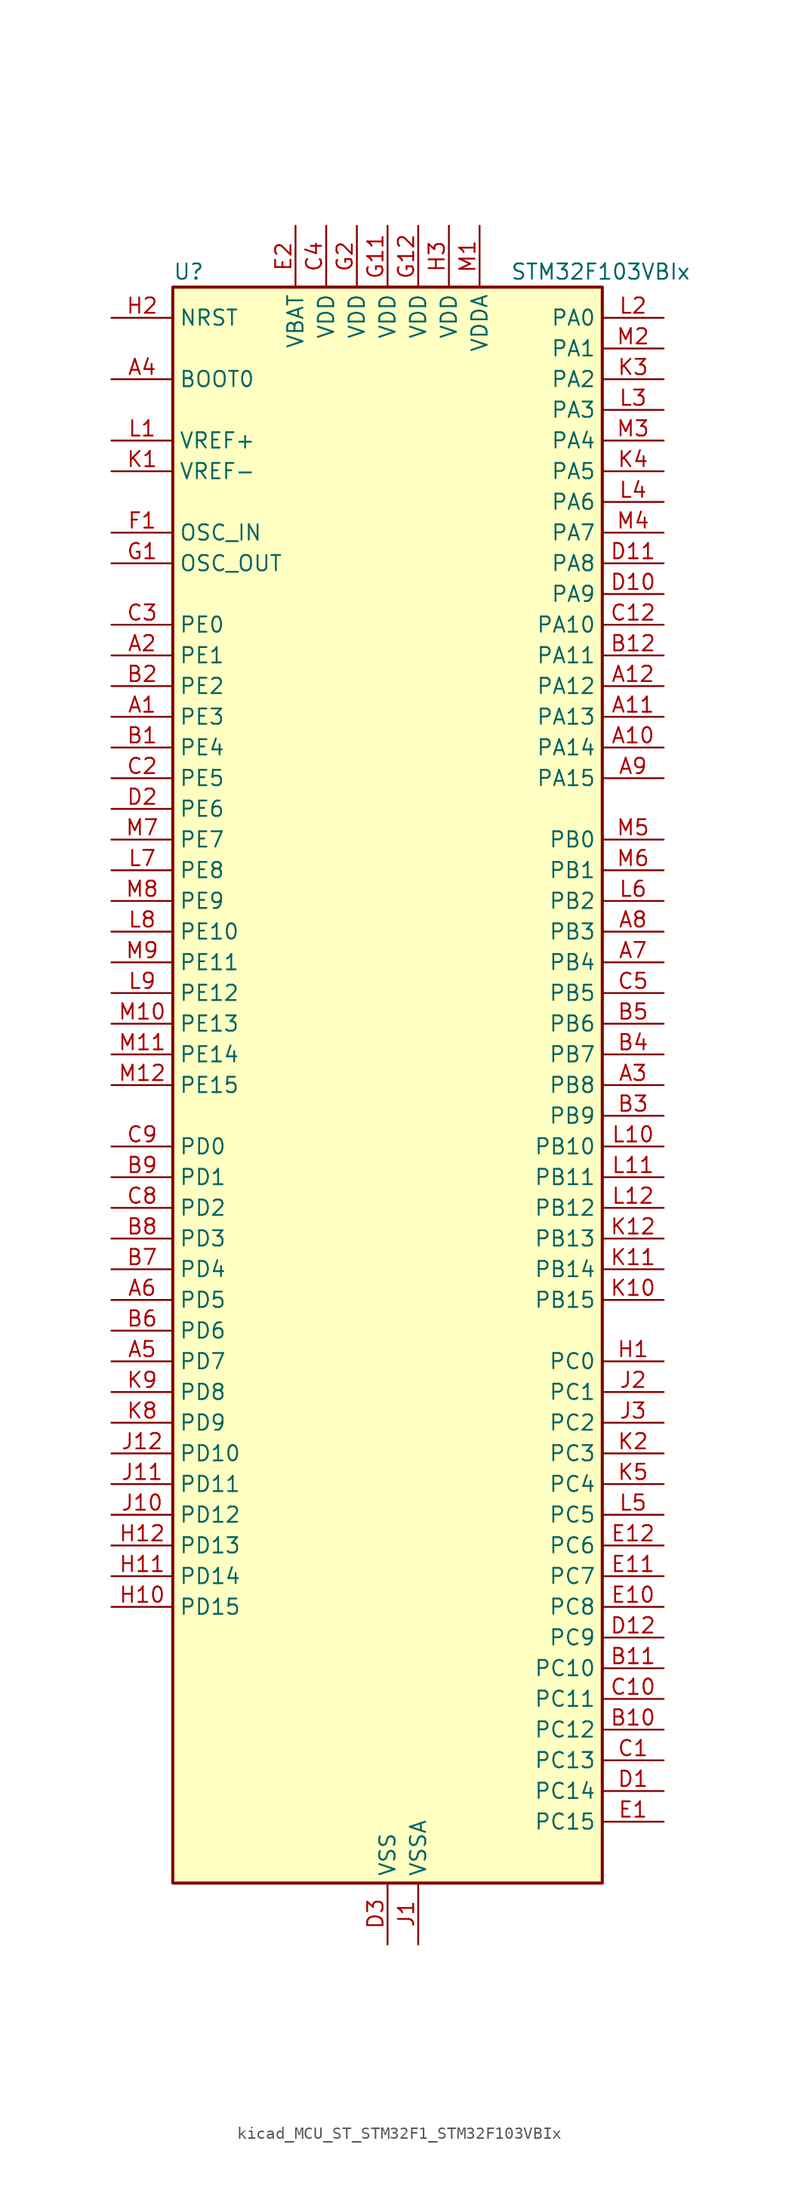
<source format=kicad_sym>
(kicad_symbol_lib
  (version 20220914)
  (generator kicad_symbol_editor)
  (symbol "kicad_MCU_ST_STM32F1_STM32F103VBIx"
    (property "Reference" "U"
      (at -17.78 67.31 0)
      (effects (font (size 1.27 1.27)) (justify left)))
    (property "Value" "STM32F103VBIx"
      (at 10.16 67.31 0)
      (effects (font (size 1.27 1.27)) (justify left)))
    (property "ki_locked" ""
      (at 0 0 0)
      (effects (font (size 1.27 1.27))))
    (symbol "kicad_MCU_ST_STM32F1_STM32F103VBIx_0_1"
      (rectangle (start -17.78 -66.04) (end 17.78 66.04) (stroke (width 0.254) (type default)) (fill (type background))))
    (symbol "kicad_MCU_ST_STM32F1_STM32F103VBIx_1_1"
      (pin bidirectional line (at -22.86 30.48 0) (length 5.08) (name "PE3" (effects (font (size 1.27 1.27)))) (number "A1" (effects (font (size 1.27 1.27)))) (alternate "SYS_TRACED0" bidirectional line))
      (pin bidirectional line (at 22.86 27.94 180) (length 5.08) (name "PA14" (effects (font (size 1.27 1.27)))) (number "A10" (effects (font (size 1.27 1.27)))) (alternate "SYS_JTCK-SWCLK" bidirectional line))
      (pin bidirectional line (at 22.86 30.48 180) (length 5.08) (name "PA13" (effects (font (size 1.27 1.27)))) (number "A11" (effects (font (size 1.27 1.27)))) (alternate "SYS_JTMS-SWDIO" bidirectional line))
      (pin bidirectional line (at 22.86 33.02 180) (length 5.08) (name "PA12" (effects (font (size 1.27 1.27)))) (number "A12" (effects (font (size 1.27 1.27)))) (alternate "CAN_TX" bidirectional line) (alternate "TIM1_ETR" bidirectional line) (alternate "USART1_RTS" bidirectional line) (alternate "USB_DP" bidirectional line))
      (pin bidirectional line (at -22.86 35.56 0) (length 5.08) (name "PE1" (effects (font (size 1.27 1.27)))) (number "A2" (effects (font (size 1.27 1.27)))))
      (pin bidirectional line (at 22.86 0 180) (length 5.08) (name "PB8" (effects (font (size 1.27 1.27)))) (number "A3" (effects (font (size 1.27 1.27)))) (alternate "CAN_RX" bidirectional line) (alternate "I2C1_SCL" bidirectional line) (alternate "TIM4_CH3" bidirectional line))
      (pin input line (at -22.86 58.42 0) (length 5.08) (name "BOOT0" (effects (font (size 1.27 1.27)))) (number "A4" (effects (font (size 1.27 1.27)))))
      (pin bidirectional line (at -22.86 -22.86 0) (length 5.08) (name "PD7" (effects (font (size 1.27 1.27)))) (number "A5" (effects (font (size 1.27 1.27)))) (alternate "USART2_CK" bidirectional line))
      (pin bidirectional line (at -22.86 -17.78 0) (length 5.08) (name "PD5" (effects (font (size 1.27 1.27)))) (number "A6" (effects (font (size 1.27 1.27)))) (alternate "USART2_TX" bidirectional line))
      (pin bidirectional line (at 22.86 10.16 180) (length 5.08) (name "PB4" (effects (font (size 1.27 1.27)))) (number "A7" (effects (font (size 1.27 1.27)))) (alternate "SPI1_MISO" bidirectional line) (alternate "SYS_NJTRST" bidirectional line) (alternate "TIM3_CH1" bidirectional line))
      (pin bidirectional line (at 22.86 12.7 180) (length 5.08) (name "PB3" (effects (font (size 1.27 1.27)))) (number "A8" (effects (font (size 1.27 1.27)))) (alternate "SPI1_SCK" bidirectional line) (alternate "SYS_JTDO-TRACESWO" bidirectional line) (alternate "TIM2_CH2" bidirectional line))
      (pin bidirectional line (at 22.86 25.4 180) (length 5.08) (name "PA15" (effects (font (size 1.27 1.27)))) (number "A9" (effects (font (size 1.27 1.27)))) (alternate "ADC1_EXTI15" bidirectional line) (alternate "ADC2_EXTI15" bidirectional line) (alternate "SPI1_NSS" bidirectional line) (alternate "SYS_JTDI" bidirectional line) (alternate "TIM2_CH1" bidirectional line) (alternate "TIM2_ETR" bidirectional line))
      (pin bidirectional line (at -22.86 27.94 0) (length 5.08) (name "PE4" (effects (font (size 1.27 1.27)))) (number "B1" (effects (font (size 1.27 1.27)))) (alternate "SYS_TRACED1" bidirectional line))
      (pin bidirectional line (at 22.86 -53.34 180) (length 5.08) (name "PC12" (effects (font (size 1.27 1.27)))) (number "B10" (effects (font (size 1.27 1.27)))) (alternate "USART3_CK" bidirectional line))
      (pin bidirectional line (at 22.86 -48.26 180) (length 5.08) (name "PC10" (effects (font (size 1.27 1.27)))) (number "B11" (effects (font (size 1.27 1.27)))) (alternate "USART3_TX" bidirectional line))
      (pin bidirectional line (at 22.86 35.56 180) (length 5.08) (name "PA11" (effects (font (size 1.27 1.27)))) (number "B12" (effects (font (size 1.27 1.27)))) (alternate "ADC1_EXTI11" bidirectional line) (alternate "ADC2_EXTI11" bidirectional line) (alternate "CAN_RX" bidirectional line) (alternate "TIM1_CH4" bidirectional line) (alternate "USART1_CTS" bidirectional line) (alternate "USB_DM" bidirectional line))
      (pin bidirectional line (at -22.86 33.02 0) (length 5.08) (name "PE2" (effects (font (size 1.27 1.27)))) (number "B2" (effects (font (size 1.27 1.27)))) (alternate "SYS_TRACECLK" bidirectional line))
      (pin bidirectional line (at 22.86 -2.54 180) (length 5.08) (name "PB9" (effects (font (size 1.27 1.27)))) (number "B3" (effects (font (size 1.27 1.27)))) (alternate "CAN_TX" bidirectional line) (alternate "I2C1_SDA" bidirectional line) (alternate "TIM4_CH4" bidirectional line))
      (pin bidirectional line (at 22.86 2.54 180) (length 5.08) (name "PB7" (effects (font (size 1.27 1.27)))) (number "B4" (effects (font (size 1.27 1.27)))) (alternate "I2C1_SDA" bidirectional line) (alternate "TIM4_CH2" bidirectional line) (alternate "USART1_RX" bidirectional line))
      (pin bidirectional line (at 22.86 5.08 180) (length 5.08) (name "PB6" (effects (font (size 1.27 1.27)))) (number "B5" (effects (font (size 1.27 1.27)))) (alternate "I2C1_SCL" bidirectional line) (alternate "TIM4_CH1" bidirectional line) (alternate "USART1_TX" bidirectional line))
      (pin bidirectional line (at -22.86 -20.32 0) (length 5.08) (name "PD6" (effects (font (size 1.27 1.27)))) (number "B6" (effects (font (size 1.27 1.27)))) (alternate "USART2_RX" bidirectional line))
      (pin bidirectional line (at -22.86 -15.24 0) (length 5.08) (name "PD4" (effects (font (size 1.27 1.27)))) (number "B7" (effects (font (size 1.27 1.27)))) (alternate "USART2_RTS" bidirectional line))
      (pin bidirectional line (at -22.86 -12.7 0) (length 5.08) (name "PD3" (effects (font (size 1.27 1.27)))) (number "B8" (effects (font (size 1.27 1.27)))) (alternate "USART2_CTS" bidirectional line))
      (pin bidirectional line (at -22.86 -7.62 0) (length 5.08) (name "PD1" (effects (font (size 1.27 1.27)))) (number "B9" (effects (font (size 1.27 1.27)))) (alternate "CAN_TX" bidirectional line))
      (pin bidirectional line (at 22.86 -55.88 180) (length 5.08) (name "PC13" (effects (font (size 1.27 1.27)))) (number "C1" (effects (font (size 1.27 1.27)))) (alternate "RTC_OUT" bidirectional line) (alternate "RTC_TAMPER" bidirectional line))
      (pin bidirectional line (at 22.86 -50.8 180) (length 5.08) (name "PC11" (effects (font (size 1.27 1.27)))) (number "C10" (effects (font (size 1.27 1.27)))) (alternate "ADC1_EXTI11" bidirectional line) (alternate "ADC2_EXTI11" bidirectional line) (alternate "USART3_RX" bidirectional line))
      (pin no_connect line (at -17.78 -66.04 0) (length 5.08) hide (name "NC" (effects (font (size 1.27 1.27)))) (number "C11" (effects (font (size 1.27 1.27)))))
      (pin bidirectional line (at 22.86 38.1 180) (length 5.08) (name "PA10" (effects (font (size 1.27 1.27)))) (number "C12" (effects (font (size 1.27 1.27)))) (alternate "TIM1_CH3" bidirectional line) (alternate "USART1_RX" bidirectional line))
      (pin bidirectional line (at -22.86 25.4 0) (length 5.08) (name "PE5" (effects (font (size 1.27 1.27)))) (number "C2" (effects (font (size 1.27 1.27)))) (alternate "SYS_TRACED2" bidirectional line))
      (pin bidirectional line (at -22.86 38.1 0) (length 5.08) (name "PE0" (effects (font (size 1.27 1.27)))) (number "C3" (effects (font (size 1.27 1.27)))) (alternate "TIM4_ETR" bidirectional line))
      (pin power_in line (at -5.08 71.12 270) (length 5.08) (name "VDD" (effects (font (size 1.27 1.27)))) (number "C4" (effects (font (size 1.27 1.27)))))
      (pin bidirectional line (at 22.86 7.62 180) (length 5.08) (name "PB5" (effects (font (size 1.27 1.27)))) (number "C5" (effects (font (size 1.27 1.27)))) (alternate "I2C1_SMBA" bidirectional line) (alternate "SPI1_MOSI" bidirectional line) (alternate "TIM3_CH2" bidirectional line))
      (pin bidirectional line (at -22.86 -10.16 0) (length 5.08) (name "PD2" (effects (font (size 1.27 1.27)))) (number "C8" (effects (font (size 1.27 1.27)))) (alternate "TIM3_ETR" bidirectional line))
      (pin bidirectional line (at -22.86 -5.08 0) (length 5.08) (name "PD0" (effects (font (size 1.27 1.27)))) (number "C9" (effects (font (size 1.27 1.27)))) (alternate "CAN_RX" bidirectional line))
      (pin bidirectional line (at 22.86 -58.42 180) (length 5.08) (name "PC14" (effects (font (size 1.27 1.27)))) (number "D1" (effects (font (size 1.27 1.27)))) (alternate "RCC_OSC32_IN" bidirectional line))
      (pin bidirectional line (at 22.86 40.64 180) (length 5.08) (name "PA9" (effects (font (size 1.27 1.27)))) (number "D10" (effects (font (size 1.27 1.27)))) (alternate "TIM1_CH2" bidirectional line) (alternate "USART1_TX" bidirectional line))
      (pin bidirectional line (at 22.86 43.18 180) (length 5.08) (name "PA8" (effects (font (size 1.27 1.27)))) (number "D11" (effects (font (size 1.27 1.27)))) (alternate "RCC_MCO" bidirectional line) (alternate "TIM1_CH1" bidirectional line) (alternate "USART1_CK" bidirectional line))
      (pin bidirectional line (at 22.86 -45.72 180) (length 5.08) (name "PC9" (effects (font (size 1.27 1.27)))) (number "D12" (effects (font (size 1.27 1.27)))) (alternate "TIM3_CH4" bidirectional line))
      (pin bidirectional line (at -22.86 22.86 0) (length 5.08) (name "PE6" (effects (font (size 1.27 1.27)))) (number "D2" (effects (font (size 1.27 1.27)))) (alternate "SYS_TRACED3" bidirectional line))
      (pin power_in line (at 0 -71.12 90) (length 5.08) (name "VSS" (effects (font (size 1.27 1.27)))) (number "D3" (effects (font (size 1.27 1.27)))))
      (pin bidirectional line (at 22.86 -60.96 180) (length 5.08) (name "PC15" (effects (font (size 1.27 1.27)))) (number "E1" (effects (font (size 1.27 1.27)))) (alternate "ADC1_EXTI15" bidirectional line) (alternate "ADC2_EXTI15" bidirectional line) (alternate "RCC_OSC32_OUT" bidirectional line))
      (pin bidirectional line (at 22.86 -43.18 180) (length 5.08) (name "PC8" (effects (font (size 1.27 1.27)))) (number "E10" (effects (font (size 1.27 1.27)))) (alternate "TIM3_CH3" bidirectional line))
      (pin bidirectional line (at 22.86 -40.64 180) (length 5.08) (name "PC7" (effects (font (size 1.27 1.27)))) (number "E11" (effects (font (size 1.27 1.27)))) (alternate "TIM3_CH2" bidirectional line))
      (pin bidirectional line (at 22.86 -38.1 180) (length 5.08) (name "PC6" (effects (font (size 1.27 1.27)))) (number "E12" (effects (font (size 1.27 1.27)))) (alternate "TIM3_CH1" bidirectional line))
      (pin power_in line (at -7.62 71.12 270) (length 5.08) (name "VBAT" (effects (font (size 1.27 1.27)))) (number "E2" (effects (font (size 1.27 1.27)))))
      (pin passive line (at 0 -71.12 90) (length 5.08) hide (name "VSS" (effects (font (size 1.27 1.27)))) (number "E3" (effects (font (size 1.27 1.27)))))
      (pin input line (at -22.86 45.72 0) (length 5.08) (name "OSC_IN" (effects (font (size 1.27 1.27)))) (number "F1" (effects (font (size 1.27 1.27)))) (alternate "RCC_OSC_IN" bidirectional line))
      (pin passive line (at 0 -71.12 90) (length 5.08) hide (name "VSS" (effects (font (size 1.27 1.27)))) (number "F11" (effects (font (size 1.27 1.27)))))
      (pin passive line (at 0 -71.12 90) (length 5.08) hide (name "VSS" (effects (font (size 1.27 1.27)))) (number "F12" (effects (font (size 1.27 1.27)))))
      (pin passive line (at 0 -71.12 90) (length 5.08) hide (name "VSS" (effects (font (size 1.27 1.27)))) (number "F2" (effects (font (size 1.27 1.27)))))
      (pin input line (at -22.86 43.18 0) (length 5.08) (name "OSC_OUT" (effects (font (size 1.27 1.27)))) (number "G1" (effects (font (size 1.27 1.27)))) (alternate "RCC_OSC_OUT" bidirectional line))
      (pin power_in line (at 0 71.12 270) (length 5.08) (name "VDD" (effects (font (size 1.27 1.27)))) (number "G11" (effects (font (size 1.27 1.27)))))
      (pin power_in line (at 2.54 71.12 270) (length 5.08) (name "VDD" (effects (font (size 1.27 1.27)))) (number "G12" (effects (font (size 1.27 1.27)))))
      (pin power_in line (at -2.54 71.12 270) (length 5.08) (name "VDD" (effects (font (size 1.27 1.27)))) (number "G2" (effects (font (size 1.27 1.27)))))
      (pin bidirectional line (at 22.86 -22.86 180) (length 5.08) (name "PC0" (effects (font (size 1.27 1.27)))) (number "H1" (effects (font (size 1.27 1.27)))) (alternate "ADC1_IN10" bidirectional line) (alternate "ADC2_IN10" bidirectional line))
      (pin bidirectional line (at -22.86 -43.18 0) (length 5.08) (name "PD15" (effects (font (size 1.27 1.27)))) (number "H10" (effects (font (size 1.27 1.27)))) (alternate "ADC1_EXTI15" bidirectional line) (alternate "ADC2_EXTI15" bidirectional line) (alternate "TIM4_CH4" bidirectional line))
      (pin bidirectional line (at -22.86 -40.64 0) (length 5.08) (name "PD14" (effects (font (size 1.27 1.27)))) (number "H11" (effects (font (size 1.27 1.27)))) (alternate "TIM4_CH3" bidirectional line))
      (pin bidirectional line (at -22.86 -38.1 0) (length 5.08) (name "PD13" (effects (font (size 1.27 1.27)))) (number "H12" (effects (font (size 1.27 1.27)))) (alternate "TIM4_CH2" bidirectional line))
      (pin input line (at -22.86 63.5 0) (length 5.08) (name "NRST" (effects (font (size 1.27 1.27)))) (number "H2" (effects (font (size 1.27 1.27)))))
      (pin power_in line (at 5.08 71.12 270) (length 5.08) (name "VDD" (effects (font (size 1.27 1.27)))) (number "H3" (effects (font (size 1.27 1.27)))))
      (pin power_in line (at 2.54 -71.12 90) (length 5.08) (name "VSSA" (effects (font (size 1.27 1.27)))) (number "J1" (effects (font (size 1.27 1.27)))))
      (pin bidirectional line (at -22.86 -35.56 0) (length 5.08) (name "PD12" (effects (font (size 1.27 1.27)))) (number "J10" (effects (font (size 1.27 1.27)))) (alternate "TIM4_CH1" bidirectional line) (alternate "USART3_RTS" bidirectional line))
      (pin bidirectional line (at -22.86 -33.02 0) (length 5.08) (name "PD11" (effects (font (size 1.27 1.27)))) (number "J11" (effects (font (size 1.27 1.27)))) (alternate "ADC1_EXTI11" bidirectional line) (alternate "ADC2_EXTI11" bidirectional line) (alternate "USART3_CTS" bidirectional line))
      (pin bidirectional line (at -22.86 -30.48 0) (length 5.08) (name "PD10" (effects (font (size 1.27 1.27)))) (number "J12" (effects (font (size 1.27 1.27)))) (alternate "USART3_CK" bidirectional line))
      (pin bidirectional line (at 22.86 -25.4 180) (length 5.08) (name "PC1" (effects (font (size 1.27 1.27)))) (number "J2" (effects (font (size 1.27 1.27)))) (alternate "ADC1_IN11" bidirectional line) (alternate "ADC2_IN11" bidirectional line))
      (pin bidirectional line (at 22.86 -27.94 180) (length 5.08) (name "PC2" (effects (font (size 1.27 1.27)))) (number "J3" (effects (font (size 1.27 1.27)))) (alternate "ADC1_IN12" bidirectional line) (alternate "ADC2_IN12" bidirectional line))
      (pin input line (at -22.86 50.8 0) (length 5.08) (name "VREF-" (effects (font (size 1.27 1.27)))) (number "K1" (effects (font (size 1.27 1.27)))))
      (pin bidirectional line (at 22.86 -17.78 180) (length 5.08) (name "PB15" (effects (font (size 1.27 1.27)))) (number "K10" (effects (font (size 1.27 1.27)))) (alternate "ADC1_EXTI15" bidirectional line) (alternate "ADC2_EXTI15" bidirectional line) (alternate "SPI2_MOSI" bidirectional line) (alternate "TIM1_CH3N" bidirectional line))
      (pin bidirectional line (at 22.86 -15.24 180) (length 5.08) (name "PB14" (effects (font (size 1.27 1.27)))) (number "K11" (effects (font (size 1.27 1.27)))) (alternate "SPI2_MISO" bidirectional line) (alternate "TIM1_CH2N" bidirectional line) (alternate "USART3_RTS" bidirectional line))
      (pin bidirectional line (at 22.86 -12.7 180) (length 5.08) (name "PB13" (effects (font (size 1.27 1.27)))) (number "K12" (effects (font (size 1.27 1.27)))) (alternate "SPI2_SCK" bidirectional line) (alternate "TIM1_CH1N" bidirectional line) (alternate "USART3_CTS" bidirectional line))
      (pin bidirectional line (at 22.86 -30.48 180) (length 5.08) (name "PC3" (effects (font (size 1.27 1.27)))) (number "K2" (effects (font (size 1.27 1.27)))) (alternate "ADC1_IN13" bidirectional line) (alternate "ADC2_IN13" bidirectional line))
      (pin bidirectional line (at 22.86 58.42 180) (length 5.08) (name "PA2" (effects (font (size 1.27 1.27)))) (number "K3" (effects (font (size 1.27 1.27)))) (alternate "ADC1_IN2" bidirectional line) (alternate "ADC2_IN2" bidirectional line) (alternate "TIM2_CH3" bidirectional line) (alternate "USART2_TX" bidirectional line))
      (pin bidirectional line (at 22.86 50.8 180) (length 5.08) (name "PA5" (effects (font (size 1.27 1.27)))) (number "K4" (effects (font (size 1.27 1.27)))) (alternate "ADC1_IN5" bidirectional line) (alternate "ADC2_IN5" bidirectional line) (alternate "SPI1_SCK" bidirectional line))
      (pin bidirectional line (at 22.86 -33.02 180) (length 5.08) (name "PC4" (effects (font (size 1.27 1.27)))) (number "K5" (effects (font (size 1.27 1.27)))) (alternate "ADC1_IN14" bidirectional line) (alternate "ADC2_IN14" bidirectional line))
      (pin bidirectional line (at -22.86 -27.94 0) (length 5.08) (name "PD9" (effects (font (size 1.27 1.27)))) (number "K8" (effects (font (size 1.27 1.27)))) (alternate "USART3_RX" bidirectional line))
      (pin bidirectional line (at -22.86 -25.4 0) (length 5.08) (name "PD8" (effects (font (size 1.27 1.27)))) (number "K9" (effects (font (size 1.27 1.27)))) (alternate "USART3_TX" bidirectional line))
      (pin input line (at -22.86 53.34 0) (length 5.08) (name "VREF+" (effects (font (size 1.27 1.27)))) (number "L1" (effects (font (size 1.27 1.27)))))
      (pin bidirectional line (at 22.86 -5.08 180) (length 5.08) (name "PB10" (effects (font (size 1.27 1.27)))) (number "L10" (effects (font (size 1.27 1.27)))) (alternate "I2C2_SCL" bidirectional line) (alternate "TIM2_CH3" bidirectional line) (alternate "USART3_TX" bidirectional line))
      (pin bidirectional line (at 22.86 -7.62 180) (length 5.08) (name "PB11" (effects (font (size 1.27 1.27)))) (number "L11" (effects (font (size 1.27 1.27)))) (alternate "ADC1_EXTI11" bidirectional line) (alternate "ADC2_EXTI11" bidirectional line) (alternate "I2C2_SDA" bidirectional line) (alternate "TIM2_CH4" bidirectional line) (alternate "USART3_RX" bidirectional line))
      (pin bidirectional line (at 22.86 -10.16 180) (length 5.08) (name "PB12" (effects (font (size 1.27 1.27)))) (number "L12" (effects (font (size 1.27 1.27)))) (alternate "I2C2_SMBA" bidirectional line) (alternate "SPI2_NSS" bidirectional line) (alternate "TIM1_BKIN" bidirectional line) (alternate "USART3_CK" bidirectional line))
      (pin bidirectional line (at 22.86 63.5 180) (length 5.08) (name "PA0" (effects (font (size 1.27 1.27)))) (number "L2" (effects (font (size 1.27 1.27)))) (alternate "ADC1_IN0" bidirectional line) (alternate "ADC2_IN0" bidirectional line) (alternate "SYS_WKUP" bidirectional line) (alternate "TIM2_CH1" bidirectional line) (alternate "TIM2_ETR" bidirectional line) (alternate "USART2_CTS" bidirectional line))
      (pin bidirectional line (at 22.86 55.88 180) (length 5.08) (name "PA3" (effects (font (size 1.27 1.27)))) (number "L3" (effects (font (size 1.27 1.27)))) (alternate "ADC1_IN3" bidirectional line) (alternate "ADC2_IN3" bidirectional line) (alternate "TIM2_CH4" bidirectional line) (alternate "USART2_RX" bidirectional line))
      (pin bidirectional line (at 22.86 48.26 180) (length 5.08) (name "PA6" (effects (font (size 1.27 1.27)))) (number "L4" (effects (font (size 1.27 1.27)))) (alternate "ADC1_IN6" bidirectional line) (alternate "ADC2_IN6" bidirectional line) (alternate "SPI1_MISO" bidirectional line) (alternate "TIM1_BKIN" bidirectional line) (alternate "TIM3_CH1" bidirectional line))
      (pin bidirectional line (at 22.86 -35.56 180) (length 5.08) (name "PC5" (effects (font (size 1.27 1.27)))) (number "L5" (effects (font (size 1.27 1.27)))) (alternate "ADC1_IN15" bidirectional line) (alternate "ADC2_IN15" bidirectional line))
      (pin bidirectional line (at 22.86 15.24 180) (length 5.08) (name "PB2" (effects (font (size 1.27 1.27)))) (number "L6" (effects (font (size 1.27 1.27)))))
      (pin bidirectional line (at -22.86 17.78 0) (length 5.08) (name "PE8" (effects (font (size 1.27 1.27)))) (number "L7" (effects (font (size 1.27 1.27)))) (alternate "TIM1_CH1N" bidirectional line))
      (pin bidirectional line (at -22.86 12.7 0) (length 5.08) (name "PE10" (effects (font (size 1.27 1.27)))) (number "L8" (effects (font (size 1.27 1.27)))) (alternate "TIM1_CH2N" bidirectional line))
      (pin bidirectional line (at -22.86 7.62 0) (length 5.08) (name "PE12" (effects (font (size 1.27 1.27)))) (number "L9" (effects (font (size 1.27 1.27)))) (alternate "TIM1_CH3N" bidirectional line))
      (pin power_in line (at 7.62 71.12 270) (length 5.08) (name "VDDA" (effects (font (size 1.27 1.27)))) (number "M1" (effects (font (size 1.27 1.27)))))
      (pin bidirectional line (at -22.86 5.08 0) (length 5.08) (name "PE13" (effects (font (size 1.27 1.27)))) (number "M10" (effects (font (size 1.27 1.27)))) (alternate "TIM1_CH3" bidirectional line))
      (pin bidirectional line (at -22.86 2.54 0) (length 5.08) (name "PE14" (effects (font (size 1.27 1.27)))) (number "M11" (effects (font (size 1.27 1.27)))) (alternate "TIM1_CH4" bidirectional line))
      (pin bidirectional line (at -22.86 0 0) (length 5.08) (name "PE15" (effects (font (size 1.27 1.27)))) (number "M12" (effects (font (size 1.27 1.27)))) (alternate "ADC1_EXTI15" bidirectional line) (alternate "ADC2_EXTI15" bidirectional line) (alternate "TIM1_BKIN" bidirectional line))
      (pin bidirectional line (at 22.86 60.96 180) (length 5.08) (name "PA1" (effects (font (size 1.27 1.27)))) (number "M2" (effects (font (size 1.27 1.27)))) (alternate "ADC1_IN1" bidirectional line) (alternate "ADC2_IN1" bidirectional line) (alternate "TIM2_CH2" bidirectional line) (alternate "USART2_RTS" bidirectional line))
      (pin bidirectional line (at 22.86 53.34 180) (length 5.08) (name "PA4" (effects (font (size 1.27 1.27)))) (number "M3" (effects (font (size 1.27 1.27)))) (alternate "ADC1_IN4" bidirectional line) (alternate "ADC2_IN4" bidirectional line) (alternate "SPI1_NSS" bidirectional line) (alternate "USART2_CK" bidirectional line))
      (pin bidirectional line (at 22.86 45.72 180) (length 5.08) (name "PA7" (effects (font (size 1.27 1.27)))) (number "M4" (effects (font (size 1.27 1.27)))) (alternate "ADC1_IN7" bidirectional line) (alternate "ADC2_IN7" bidirectional line) (alternate "SPI1_MOSI" bidirectional line) (alternate "TIM1_CH1N" bidirectional line) (alternate "TIM3_CH2" bidirectional line))
      (pin bidirectional line (at 22.86 20.32 180) (length 5.08) (name "PB0" (effects (font (size 1.27 1.27)))) (number "M5" (effects (font (size 1.27 1.27)))) (alternate "ADC1_IN8" bidirectional line) (alternate "ADC2_IN8" bidirectional line) (alternate "TIM1_CH2N" bidirectional line) (alternate "TIM3_CH3" bidirectional line))
      (pin bidirectional line (at 22.86 17.78 180) (length 5.08) (name "PB1" (effects (font (size 1.27 1.27)))) (number "M6" (effects (font (size 1.27 1.27)))) (alternate "ADC1_IN9" bidirectional line) (alternate "ADC2_IN9" bidirectional line) (alternate "TIM1_CH3N" bidirectional line) (alternate "TIM3_CH4" bidirectional line))
      (pin bidirectional line (at -22.86 20.32 0) (length 5.08) (name "PE7" (effects (font (size 1.27 1.27)))) (number "M7" (effects (font (size 1.27 1.27)))) (alternate "TIM1_ETR" bidirectional line))
      (pin bidirectional line (at -22.86 15.24 0) (length 5.08) (name "PE9" (effects (font (size 1.27 1.27)))) (number "M8" (effects (font (size 1.27 1.27)))) (alternate "TIM1_CH1" bidirectional line))
      (pin bidirectional line (at -22.86 10.16 0) (length 5.08) (name "PE11" (effects (font (size 1.27 1.27)))) (number "M9" (effects (font (size 1.27 1.27)))) (alternate "ADC1_EXTI11" bidirectional line) (alternate "ADC2_EXTI11" bidirectional line) (alternate "TIM1_CH2" bidirectional line)))))
</source>
